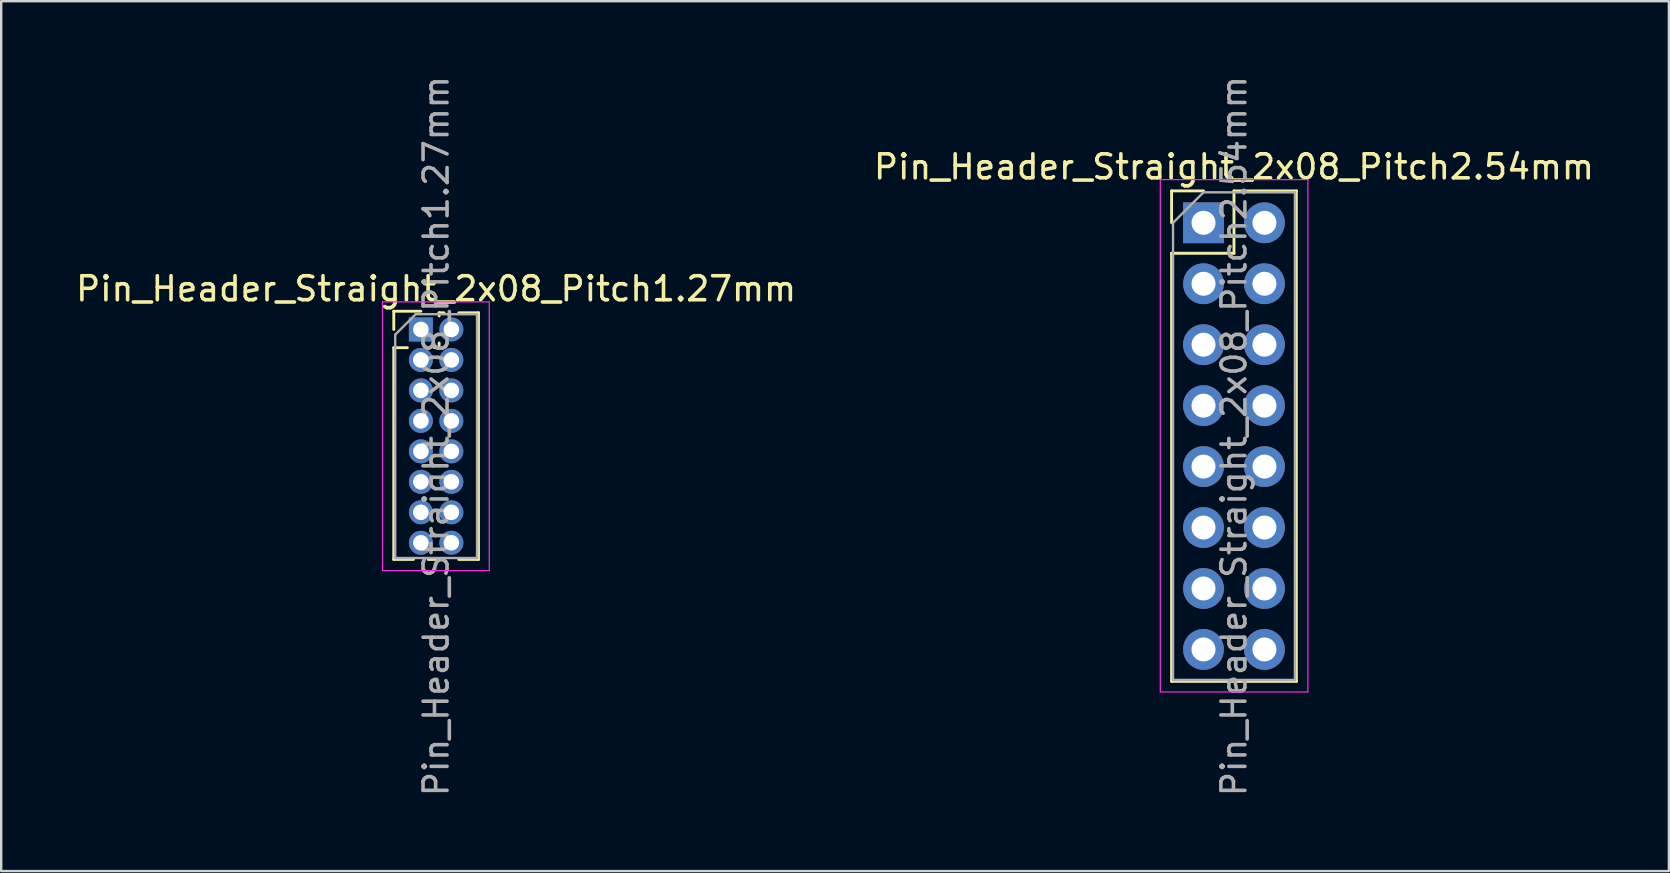
<source format=kicad_pcb>
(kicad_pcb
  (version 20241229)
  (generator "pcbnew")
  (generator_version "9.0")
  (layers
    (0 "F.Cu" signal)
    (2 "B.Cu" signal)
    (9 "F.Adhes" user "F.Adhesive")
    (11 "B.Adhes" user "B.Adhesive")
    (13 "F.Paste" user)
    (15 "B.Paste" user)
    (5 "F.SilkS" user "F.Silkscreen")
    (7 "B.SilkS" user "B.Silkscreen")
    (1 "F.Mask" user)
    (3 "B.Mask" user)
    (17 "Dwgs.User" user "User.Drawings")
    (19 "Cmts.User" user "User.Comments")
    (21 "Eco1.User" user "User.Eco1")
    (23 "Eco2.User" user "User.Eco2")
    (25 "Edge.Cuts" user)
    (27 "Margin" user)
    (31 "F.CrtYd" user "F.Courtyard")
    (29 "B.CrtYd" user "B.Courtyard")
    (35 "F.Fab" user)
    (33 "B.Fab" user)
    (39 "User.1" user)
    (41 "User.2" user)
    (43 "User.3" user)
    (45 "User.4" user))
  (footprint "Pin_Header_Straight_2x08_Pitch2.54mm"
    (layer "F.Cu")
    (at 47.105 6.235)
    (property "Reference" "Pin_Header_Straight_2x08_Pitch2.54mm" (at 1.27 -2.33 0) (layer "F.SilkS") (effects (font (size 1 1) (thickness 0.15))))
    (attr through_hole)
    (fp_line (start -1.33 -1.33) (end 0 -1.33) (stroke (width 0.12) (type solid)) (layer "F.SilkS"))
    (fp_line (start -1.33 0) (end -1.33 -1.33) (stroke (width 0.12) (type solid)) (layer "F.SilkS"))
    (fp_line (start -1.33 1.27) (end -1.33 19.11) (stroke (width 0.12) (type solid)) (layer "F.SilkS"))
    (fp_line (start -1.33 1.27) (end 1.27 1.27) (stroke (width 0.12) (type solid)) (layer "F.SilkS"))
    (fp_line (start -1.33 19.11) (end 3.87 19.11) (stroke (width 0.12) (type solid)) (layer "F.SilkS"))
    (fp_line (start 1.27 -1.33) (end 3.87 -1.33) (stroke (width 0.12) (type solid)) (layer "F.SilkS"))
    (fp_line (start 1.27 1.27) (end 1.27 -1.33) (stroke (width 0.12) (type solid)) (layer "F.SilkS"))
    (fp_line (start 3.87 -1.33) (end 3.87 19.11) (stroke (width 0.12) (type solid)) (layer "F.SilkS"))
    (fp_line (start -1.8 -1.8) (end -1.8 19.55) (stroke (width 0.05) (type solid)) (layer "F.CrtYd"))
    (fp_line (start -1.8 19.55) (end 4.35 19.55) (stroke (width 0.05) (type solid)) (layer "F.CrtYd"))
    (fp_line (start 4.35 -1.8) (end -1.8 -1.8) (stroke (width 0.05) (type solid)) (layer "F.CrtYd"))
    (fp_line (start 4.35 19.55) (end 4.35 -1.8) (stroke (width 0.05) (type solid)) (layer "F.CrtYd"))
    (fp_line (start -1.27 0) (end 0 -1.27) (stroke (width 0.1) (type solid)) (layer "F.Fab"))
    (fp_line (start -1.27 19.05) (end -1.27 0) (stroke (width 0.1) (type solid)) (layer "F.Fab"))
    (fp_line (start 0 -1.27) (end 3.81 -1.27) (stroke (width 0.1) (type solid)) (layer "F.Fab"))
    (fp_line (start 3.81 -1.27) (end 3.81 19.05) (stroke (width 0.1) (type solid)) (layer "F.Fab"))
    (fp_line (start 3.81 19.05) (end -1.27 19.05) (stroke (width 0.1) (type solid)) (layer "F.Fab"))
    (fp_text user "${REFERENCE}" (at 1.27 8.89 90) (layer "F.Fab") (effects (font (size 1 1) (thickness 0.15))))
    (pad "1" thru_hole rect (at 0 0) (size 1.7 1.7) (drill 1) (layers "*.Cu" "*.Mask"))
    (pad "2" thru_hole oval (at 2.54 0) (size 1.7 1.7) (drill 1) (layers "*.Cu" "*.Mask"))
    (pad "3" thru_hole oval (at 0 2.54) (size 1.7 1.7) (drill 1) (layers "*.Cu" "*.Mask"))
    (pad "4" thru_hole oval (at 2.54 2.54) (size 1.7 1.7) (drill 1) (layers "*.Cu" "*.Mask"))
    (pad "5" thru_hole oval (at 0 5.08) (size 1.7 1.7) (drill 1) (layers "*.Cu" "*.Mask"))
    (pad "6" thru_hole oval (at 2.54 5.08) (size 1.7 1.7) (drill 1) (layers "*.Cu" "*.Mask"))
    (pad "7" thru_hole oval (at 0 7.62) (size 1.7 1.7) (drill 1) (layers "*.Cu" "*.Mask"))
    (pad "8" thru_hole oval (at 2.54 7.62) (size 1.7 1.7) (drill 1) (layers "*.Cu" "*.Mask"))
    (pad "9" thru_hole oval (at 0 10.16) (size 1.7 1.7) (drill 1) (layers "*.Cu" "*.Mask"))
    (pad "10" thru_hole oval (at 2.54 10.16) (size 1.7 1.7) (drill 1) (layers "*.Cu" "*.Mask"))
    (pad "11" thru_hole oval (at 0 12.7) (size 1.7 1.7) (drill 1) (layers "*.Cu" "*.Mask"))
    (pad "12" thru_hole oval (at 2.54 12.7) (size 1.7 1.7) (drill 1) (layers "*.Cu" "*.Mask"))
    (pad "13" thru_hole oval (at 0 15.24) (size 1.7 1.7) (drill 1) (layers "*.Cu" "*.Mask"))
    (pad "14" thru_hole oval (at 2.54 15.24) (size 1.7 1.7) (drill 1) (layers "*.Cu" "*.Mask"))
    (pad "15" thru_hole oval (at 0 17.78) (size 1.7 1.7) (drill 1) (layers "*.Cu" "*.Mask"))
    (pad "16" thru_hole oval (at 2.54 17.78) (size 1.7 1.7) (drill 1) (layers "*.Cu" "*.Mask")))
  (footprint "Pin_Header_Straight_2x08_Pitch1.27mm"
    (layer "F.Cu")
    (at 14.49 10.68)
    (property "Reference" "Pin_Header_Straight_2x08_Pitch1.27mm" (at 0.635 -1.695 0) (layer "F.SilkS") (effects (font (size 1 1) (thickness 0.15))))
    (attr through_hole)
    (fp_line (start -1.13 -0.76) (end 0 -0.76) (stroke (width 0.12) (type solid)) (layer "F.SilkS"))
    (fp_line (start -1.13 0) (end -1.13 -0.76) (stroke (width 0.12) (type solid)) (layer "F.SilkS"))
    (fp_line (start -1.13 0.76) (end -1.13 9.585) (stroke (width 0.12) (type solid)) (layer "F.SilkS"))
    (fp_line (start -1.13 0.76) (end -0.563 0.76) (stroke (width 0.12) (type solid)) (layer "F.SilkS"))
    (fp_line (start -1.13 9.585) (end -0.308 9.585) (stroke (width 0.12) (type solid)) (layer "F.SilkS"))
    (fp_line (start 0.308 9.585) (end 0.962 9.585) (stroke (width 0.12) (type solid)) (layer "F.SilkS"))
    (fp_line (start 0.563 0.76) (end 0.707 0.76) (stroke (width 0.12) (type solid)) (layer "F.SilkS"))
    (fp_line (start 0.76 -0.695) (end 0.962 -0.695) (stroke (width 0.12) (type solid)) (layer "F.SilkS"))
    (fp_line (start 0.76 -0.563) (end 0.76 -0.695) (stroke (width 0.12) (type solid)) (layer "F.SilkS"))
    (fp_line (start 0.76 0.707) (end 0.76 0.563) (stroke (width 0.12) (type solid)) (layer "F.SilkS"))
    (fp_line (start 1.578 -0.695) (end 2.4 -0.695) (stroke (width 0.12) (type solid)) (layer "F.SilkS"))
    (fp_line (start 1.578 9.585) (end 2.4 9.585) (stroke (width 0.12) (type solid)) (layer "F.SilkS"))
    (fp_line (start 2.4 -0.695) (end 2.4 9.585) (stroke (width 0.12) (type solid)) (layer "F.SilkS"))
    (fp_line (start -1.6 -1.15) (end -1.6 10.05) (stroke (width 0.05) (type solid)) (layer "F.CrtYd"))
    (fp_line (start -1.6 10.05) (end 2.85 10.05) (stroke (width 0.05) (type solid)) (layer "F.CrtYd"))
    (fp_line (start 2.85 -1.15) (end -1.6 -1.15) (stroke (width 0.05) (type solid)) (layer "F.CrtYd"))
    (fp_line (start 2.85 10.05) (end 2.85 -1.15) (stroke (width 0.05) (type solid)) (layer "F.CrtYd"))
    (fp_line (start -1.07 0.217) (end -0.217 -0.635) (stroke (width 0.1) (type solid)) (layer "F.Fab"))
    (fp_line (start -1.07 9.525) (end -1.07 0.217) (stroke (width 0.1) (type solid)) (layer "F.Fab"))
    (fp_line (start -0.217 -0.635) (end 2.34 -0.635) (stroke (width 0.1) (type solid)) (layer "F.Fab"))
    (fp_line (start 2.34 -0.635) (end 2.34 9.525) (stroke (width 0.1) (type solid)) (layer "F.Fab"))
    (fp_line (start 2.34 9.525) (end -1.07 9.525) (stroke (width 0.1) (type solid)) (layer "F.Fab"))
    (fp_text user "${REFERENCE}" (at 0.635 4.445 90) (layer "F.Fab") (effects (font (size 1 1) (thickness 0.15))))
    (pad "1" thru_hole rect (at 0 0) (size 1 1) (drill 0.65) (layers "*.Cu" "*.Mask"))
    (pad "2" thru_hole oval (at 1.27 0) (size 1 1) (drill 0.65) (layers "*.Cu" "*.Mask"))
    (pad "3" thru_hole oval (at 0 1.27) (size 1 1) (drill 0.65) (layers "*.Cu" "*.Mask"))
    (pad "4" thru_hole oval (at 1.27 1.27) (size 1 1) (drill 0.65) (layers "*.Cu" "*.Mask"))
    (pad "5" thru_hole oval (at 0 2.54) (size 1 1) (drill 0.65) (layers "*.Cu" "*.Mask"))
    (pad "6" thru_hole oval (at 1.27 2.54) (size 1 1) (drill 0.65) (layers "*.Cu" "*.Mask"))
    (pad "7" thru_hole oval (at 0 3.81) (size 1 1) (drill 0.65) (layers "*.Cu" "*.Mask"))
    (pad "8" thru_hole oval (at 1.27 3.81) (size 1 1) (drill 0.65) (layers "*.Cu" "*.Mask"))
    (pad "9" thru_hole oval (at 0 5.08) (size 1 1) (drill 0.65) (layers "*.Cu" "*.Mask"))
    (pad "10" thru_hole oval (at 1.27 5.08) (size 1 1) (drill 0.65) (layers "*.Cu" "*.Mask"))
    (pad "11" thru_hole oval (at 0 6.35) (size 1 1) (drill 0.65) (layers "*.Cu" "*.Mask"))
    (pad "12" thru_hole oval (at 1.27 6.35) (size 1 1) (drill 0.65) (layers "*.Cu" "*.Mask"))
    (pad "13" thru_hole oval (at 0 7.62) (size 1 1) (drill 0.65) (layers "*.Cu" "*.Mask"))
    (pad "14" thru_hole oval (at 1.27 7.62) (size 1 1) (drill 0.65) (layers "*.Cu" "*.Mask"))
    (pad "15" thru_hole oval (at 0 8.89) (size 1 1) (drill 0.65) (layers "*.Cu" "*.Mask"))
    (pad "16" thru_hole oval (at 1.27 8.89) (size 1 1) (drill 0.65) (layers "*.Cu" "*.Mask")))
  (gr_rect
    (start -3 -3)
    (end 66.5 33.25)
    (stroke (width 0.1) (type default))
    (fill no)
    (layer "Edge.Cuts")))
</source>
